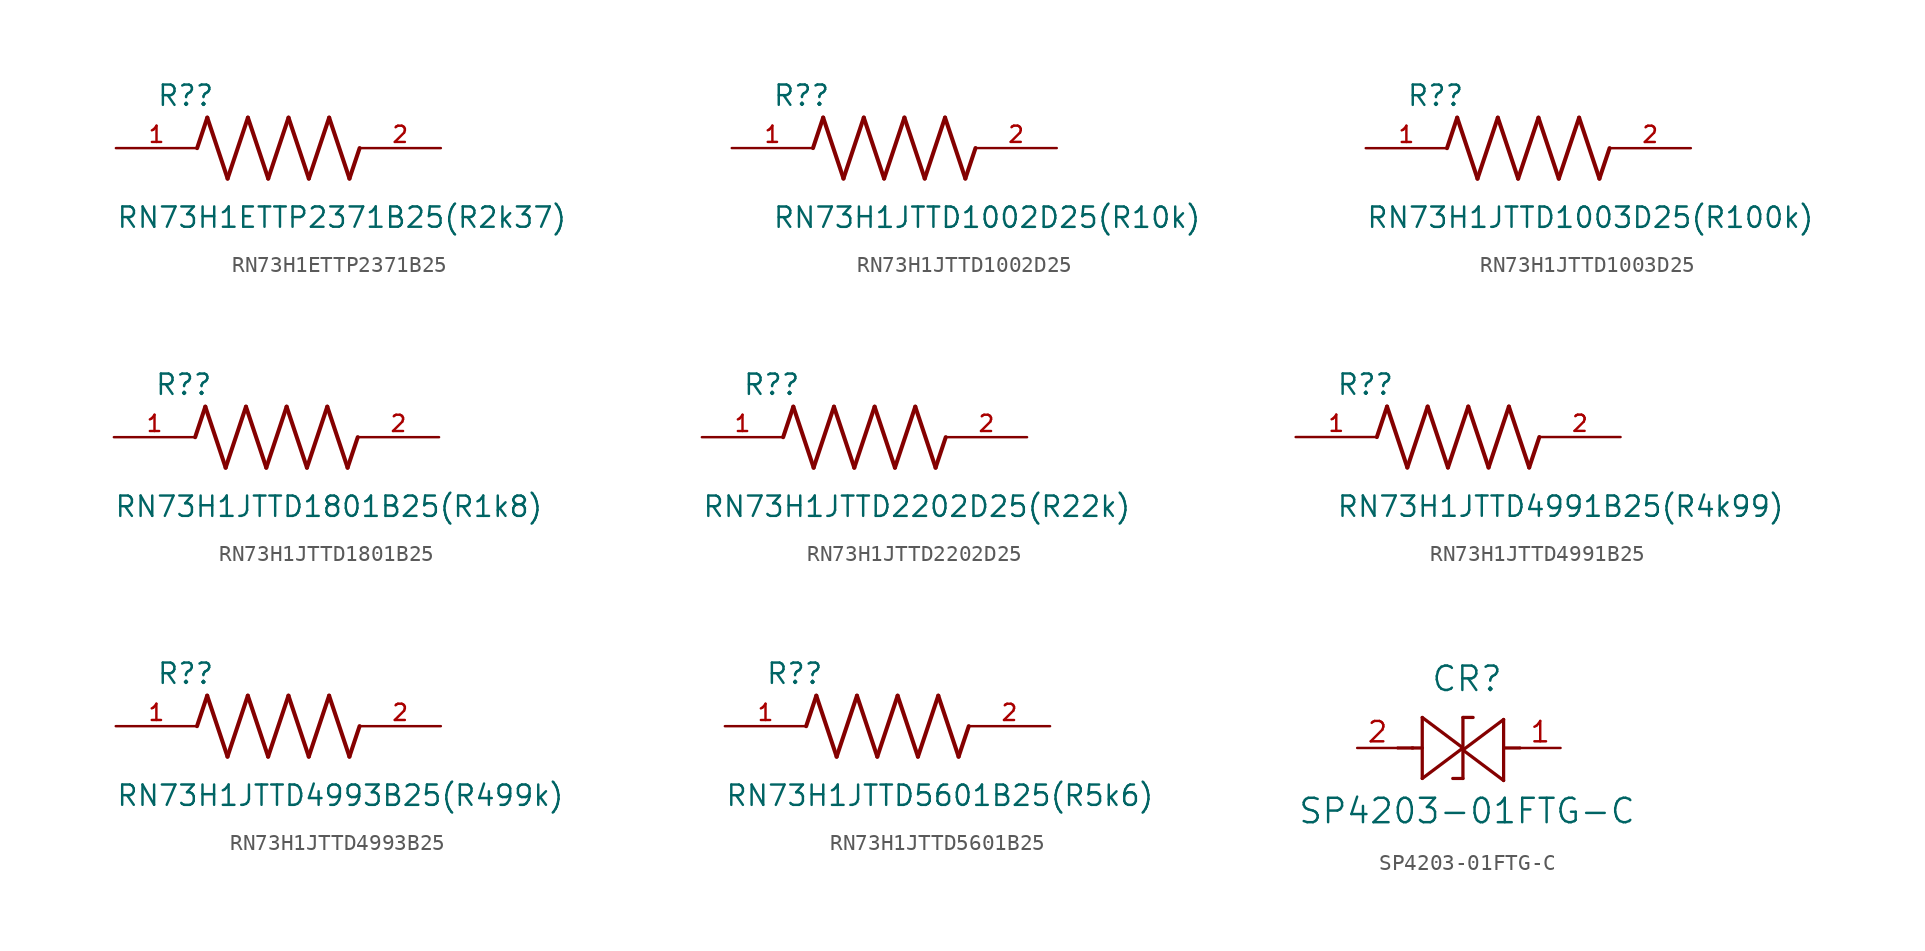
<source format=kicad_sym>
(kicad_symbol_lib
  (version 20220914)
  (generator kicad_symbol_editor)
  (symbol "RN73H1ETTP2371B25"
    (pin_names
      (offset 1.016))
    (property "Reference" "R?"
      (at -7.624 2.542 0)
      (effects (font (size 1.27 1.27)) (justify left bottom)))
    (property "Value" "RN73H1ETTP2371B25(R2k37)"
      (at -10.16 -5.08 0)
      (effects (font (size 1.27 1.27)) (justify left bottom)))
    (symbol "RN73H1ETTP2371B25_0_0"
      (polyline (pts (xy -5.08 0) (xy -4.445 1.905)) (stroke (width 0.254) (type default)) (fill (type none)))
      (polyline (pts (xy -4.445 1.905) (xy -3.175 -1.905)) (stroke (width 0.254) (type default)) (fill (type none)))
      (polyline (pts (xy -3.175 -1.905) (xy -1.905 1.905)) (stroke (width 0.254) (type default)) (fill (type none)))
      (polyline (pts (xy -1.905 1.905) (xy -0.635 -1.905)) (stroke (width 0.254) (type default)) (fill (type none)))
      (polyline (pts (xy -0.635 -1.905) (xy 0.635 1.905)) (stroke (width 0.254) (type default)) (fill (type none)))
      (polyline (pts (xy 0.635 1.905) (xy 1.905 -1.905)) (stroke (width 0.254) (type default)) (fill (type none)))
      (polyline (pts (xy 1.905 -1.905) (xy 3.175 1.905)) (stroke (width 0.254) (type default)) (fill (type none)))
      (polyline (pts (xy 3.175 1.905) (xy 4.445 -1.905)) (stroke (width 0.254) (type default)) (fill (type none)))
      (polyline (pts (xy 4.445 -1.905) (xy 5.08 0)) (stroke (width 0.254) (type default)) (fill (type none)))
      (pin passive line (at -10.16 0 0) (length 5.08) (name "~" (effects (font (size 1.016 1.016)))) (number "1" (effects (font (size 1.016 1.016)))))
      (pin passive line (at 10.16 0 180) (length 5.08) (name "~" (effects (font (size 1.016 1.016)))) (number "2" (effects (font (size 1.016 1.016)))))))
  (symbol "RN73H1JTTD1002D25"
    (pin_names
      (offset 1.016))
    (property "Reference" "R?"
      (at -7.624 2.542 0)
      (effects (font (size 1.27 1.27)) (justify left bottom)))
    (property "Value" "RN73H1JTTD1002D25(R10k)"
      (at -7.63 -5.087 0)
      (effects (font (size 1.27 1.27)) (justify left bottom)))
    (symbol "RN73H1JTTD1002D25_0_0"
      (polyline (pts (xy -5.08 0) (xy -4.445 1.905)) (stroke (width 0.254) (type default)) (fill (type none)))
      (polyline (pts (xy -4.445 1.905) (xy -3.175 -1.905)) (stroke (width 0.254) (type default)) (fill (type none)))
      (polyline (pts (xy -3.175 -1.905) (xy -1.905 1.905)) (stroke (width 0.254) (type default)) (fill (type none)))
      (polyline (pts (xy -1.905 1.905) (xy -0.635 -1.905)) (stroke (width 0.254) (type default)) (fill (type none)))
      (polyline (pts (xy -0.635 -1.905) (xy 0.635 1.905)) (stroke (width 0.254) (type default)) (fill (type none)))
      (polyline (pts (xy 0.635 1.905) (xy 1.905 -1.905)) (stroke (width 0.254) (type default)) (fill (type none)))
      (polyline (pts (xy 1.905 -1.905) (xy 3.175 1.905)) (stroke (width 0.254) (type default)) (fill (type none)))
      (polyline (pts (xy 3.175 1.905) (xy 4.445 -1.905)) (stroke (width 0.254) (type default)) (fill (type none)))
      (polyline (pts (xy 4.445 -1.905) (xy 5.08 0)) (stroke (width 0.254) (type default)) (fill (type none)))
      (pin passive line (at -10.16 0 0) (length 5.08) (name "~" (effects (font (size 1.016 1.016)))) (number "1" (effects (font (size 1.016 1.016)))))
      (pin passive line (at 10.16 0 180) (length 5.08) (name "~" (effects (font (size 1.016 1.016)))) (number "2" (effects (font (size 1.016 1.016)))))))
  (symbol "RN73H1JTTD1003D25"
    (pin_names
      (offset 1.016))
    (property "Reference" "R?"
      (at -7.624 2.542 0)
      (effects (font (size 1.27 1.27)) (justify left bottom)))
    (property "Value" "RN73H1JTTD1003D25(R100k)"
      (at -10.16 -5.08 0)
      (effects (font (size 1.27 1.27)) (justify left bottom)))
    (symbol "RN73H1JTTD1003D25_0_0"
      (polyline (pts (xy -5.08 0) (xy -4.445 1.905)) (stroke (width 0.254) (type default)) (fill (type none)))
      (polyline (pts (xy -4.445 1.905) (xy -3.175 -1.905)) (stroke (width 0.254) (type default)) (fill (type none)))
      (polyline (pts (xy -3.175 -1.905) (xy -1.905 1.905)) (stroke (width 0.254) (type default)) (fill (type none)))
      (polyline (pts (xy -1.905 1.905) (xy -0.635 -1.905)) (stroke (width 0.254) (type default)) (fill (type none)))
      (polyline (pts (xy -0.635 -1.905) (xy 0.635 1.905)) (stroke (width 0.254) (type default)) (fill (type none)))
      (polyline (pts (xy 0.635 1.905) (xy 1.905 -1.905)) (stroke (width 0.254) (type default)) (fill (type none)))
      (polyline (pts (xy 1.905 -1.905) (xy 3.175 1.905)) (stroke (width 0.254) (type default)) (fill (type none)))
      (polyline (pts (xy 3.175 1.905) (xy 4.445 -1.905)) (stroke (width 0.254) (type default)) (fill (type none)))
      (polyline (pts (xy 4.445 -1.905) (xy 5.08 0)) (stroke (width 0.254) (type default)) (fill (type none)))
      (pin passive line (at -10.16 0 0) (length 5.08) (name "~" (effects (font (size 1.016 1.016)))) (number "1" (effects (font (size 1.016 1.016)))))
      (pin passive line (at 10.16 0 180) (length 5.08) (name "~" (effects (font (size 1.016 1.016)))) (number "2" (effects (font (size 1.016 1.016)))))))
  (symbol "RN73H1JTTD1801B25"
    (pin_names
      (offset 1.016))
    (property "Reference" "R?"
      (at -7.624 2.542 0)
      (effects (font (size 1.27 1.27)) (justify left bottom)))
    (property "Value" "RN73H1JTTD1801B25(R1k8)"
      (at -10.16 -5.08 0)
      (effects (font (size 1.27 1.27)) (justify left bottom)))
    (symbol "RN73H1JTTD1801B25_0_0"
      (polyline (pts (xy -5.08 0) (xy -4.445 1.905)) (stroke (width 0.254) (type default)) (fill (type none)))
      (polyline (pts (xy -4.445 1.905) (xy -3.175 -1.905)) (stroke (width 0.254) (type default)) (fill (type none)))
      (polyline (pts (xy -3.175 -1.905) (xy -1.905 1.905)) (stroke (width 0.254) (type default)) (fill (type none)))
      (polyline (pts (xy -1.905 1.905) (xy -0.635 -1.905)) (stroke (width 0.254) (type default)) (fill (type none)))
      (polyline (pts (xy -0.635 -1.905) (xy 0.635 1.905)) (stroke (width 0.254) (type default)) (fill (type none)))
      (polyline (pts (xy 0.635 1.905) (xy 1.905 -1.905)) (stroke (width 0.254) (type default)) (fill (type none)))
      (polyline (pts (xy 1.905 -1.905) (xy 3.175 1.905)) (stroke (width 0.254) (type default)) (fill (type none)))
      (polyline (pts (xy 3.175 1.905) (xy 4.445 -1.905)) (stroke (width 0.254) (type default)) (fill (type none)))
      (polyline (pts (xy 4.445 -1.905) (xy 5.08 0)) (stroke (width 0.254) (type default)) (fill (type none)))
      (pin passive line (at -10.16 0 0) (length 5.08) (name "~" (effects (font (size 1.016 1.016)))) (number "1" (effects (font (size 1.016 1.016)))))
      (pin passive line (at 10.16 0 180) (length 5.08) (name "~" (effects (font (size 1.016 1.016)))) (number "2" (effects (font (size 1.016 1.016)))))))
  (symbol "RN73H1JTTD2202D25"
    (pin_names
      (offset 1.016))
    (property "Reference" "R?"
      (at -7.624 2.542 0)
      (effects (font (size 1.27 1.27)) (justify left bottom)))
    (property "Value" "RN73H1JTTD2202D25(R22k)"
      (at -10.16 -5.08 0)
      (effects (font (size 1.27 1.27)) (justify left bottom)))
    (symbol "RN73H1JTTD2202D25_0_0"
      (polyline (pts (xy -5.08 0) (xy -4.445 1.905)) (stroke (width 0.254) (type default)) (fill (type none)))
      (polyline (pts (xy -4.445 1.905) (xy -3.175 -1.905)) (stroke (width 0.254) (type default)) (fill (type none)))
      (polyline (pts (xy -3.175 -1.905) (xy -1.905 1.905)) (stroke (width 0.254) (type default)) (fill (type none)))
      (polyline (pts (xy -1.905 1.905) (xy -0.635 -1.905)) (stroke (width 0.254) (type default)) (fill (type none)))
      (polyline (pts (xy -0.635 -1.905) (xy 0.635 1.905)) (stroke (width 0.254) (type default)) (fill (type none)))
      (polyline (pts (xy 0.635 1.905) (xy 1.905 -1.905)) (stroke (width 0.254) (type default)) (fill (type none)))
      (polyline (pts (xy 1.905 -1.905) (xy 3.175 1.905)) (stroke (width 0.254) (type default)) (fill (type none)))
      (polyline (pts (xy 3.175 1.905) (xy 4.445 -1.905)) (stroke (width 0.254) (type default)) (fill (type none)))
      (polyline (pts (xy 4.445 -1.905) (xy 5.08 0)) (stroke (width 0.254) (type default)) (fill (type none)))
      (pin passive line (at -10.16 0 0) (length 5.08) (name "~" (effects (font (size 1.016 1.016)))) (number "1" (effects (font (size 1.016 1.016)))))
      (pin passive line (at 10.16 0 180) (length 5.08) (name "~" (effects (font (size 1.016 1.016)))) (number "2" (effects (font (size 1.016 1.016)))))))
  (symbol "RN73H1JTTD4991B25"
    (pin_names
      (offset 1.016))
    (property "Reference" "R?"
      (at -7.624 2.542 0)
      (effects (font (size 1.27 1.27)) (justify left bottom)))
    (property "Value" "RN73H1JTTD4991B25(R4k99)"
      (at -7.63 -5.087 0)
      (effects (font (size 1.27 1.27)) (justify left bottom)))
    (symbol "RN73H1JTTD4991B25_0_0"
      (polyline (pts (xy -5.08 0) (xy -4.445 1.905)) (stroke (width 0.254) (type default)) (fill (type none)))
      (polyline (pts (xy -4.445 1.905) (xy -3.175 -1.905)) (stroke (width 0.254) (type default)) (fill (type none)))
      (polyline (pts (xy -3.175 -1.905) (xy -1.905 1.905)) (stroke (width 0.254) (type default)) (fill (type none)))
      (polyline (pts (xy -1.905 1.905) (xy -0.635 -1.905)) (stroke (width 0.254) (type default)) (fill (type none)))
      (polyline (pts (xy -0.635 -1.905) (xy 0.635 1.905)) (stroke (width 0.254) (type default)) (fill (type none)))
      (polyline (pts (xy 0.635 1.905) (xy 1.905 -1.905)) (stroke (width 0.254) (type default)) (fill (type none)))
      (polyline (pts (xy 1.905 -1.905) (xy 3.175 1.905)) (stroke (width 0.254) (type default)) (fill (type none)))
      (polyline (pts (xy 3.175 1.905) (xy 4.445 -1.905)) (stroke (width 0.254) (type default)) (fill (type none)))
      (polyline (pts (xy 4.445 -1.905) (xy 5.08 0)) (stroke (width 0.254) (type default)) (fill (type none)))
      (pin passive line (at -10.16 0 0) (length 5.08) (name "~" (effects (font (size 1.016 1.016)))) (number "1" (effects (font (size 1.016 1.016)))))
      (pin passive line (at 10.16 0 180) (length 5.08) (name "~" (effects (font (size 1.016 1.016)))) (number "2" (effects (font (size 1.016 1.016)))))))
  (symbol "RN73H1JTTD4993B25"
    (pin_names
      (offset 1.016))
    (property "Reference" "R?"
      (at -7.624 2.542 0)
      (effects (font (size 1.27 1.27)) (justify left bottom)))
    (property "Value" "RN73H1JTTD4993B25(R499k)"
      (at -10.16 -5.08 0)
      (effects (font (size 1.27 1.27)) (justify left bottom)))
    (symbol "RN73H1JTTD4993B25_0_0"
      (polyline (pts (xy -5.08 0) (xy -4.445 1.905)) (stroke (width 0.254) (type default)) (fill (type none)))
      (polyline (pts (xy -4.445 1.905) (xy -3.175 -1.905)) (stroke (width 0.254) (type default)) (fill (type none)))
      (polyline (pts (xy -3.175 -1.905) (xy -1.905 1.905)) (stroke (width 0.254) (type default)) (fill (type none)))
      (polyline (pts (xy -1.905 1.905) (xy -0.635 -1.905)) (stroke (width 0.254) (type default)) (fill (type none)))
      (polyline (pts (xy -0.635 -1.905) (xy 0.635 1.905)) (stroke (width 0.254) (type default)) (fill (type none)))
      (polyline (pts (xy 0.635 1.905) (xy 1.905 -1.905)) (stroke (width 0.254) (type default)) (fill (type none)))
      (polyline (pts (xy 1.905 -1.905) (xy 3.175 1.905)) (stroke (width 0.254) (type default)) (fill (type none)))
      (polyline (pts (xy 3.175 1.905) (xy 4.445 -1.905)) (stroke (width 0.254) (type default)) (fill (type none)))
      (polyline (pts (xy 4.445 -1.905) (xy 5.08 0)) (stroke (width 0.254) (type default)) (fill (type none)))
      (pin passive line (at -10.16 0 0) (length 5.08) (name "~" (effects (font (size 1.016 1.016)))) (number "1" (effects (font (size 1.016 1.016)))))
      (pin passive line (at 10.16 0 180) (length 5.08) (name "~" (effects (font (size 1.016 1.016)))) (number "2" (effects (font (size 1.016 1.016)))))))
  (symbol "RN73H1JTTD5601B25"
    (pin_names
      (offset 1.016))
    (property "Reference" "R?"
      (at -7.624 2.542 0)
      (effects (font (size 1.27 1.27)) (justify left bottom)))
    (property "Value" "RN73H1JTTD5601B25(R5k6)"
      (at -10.16 -5.08 0)
      (effects (font (size 1.27 1.27)) (justify left bottom)))
    (symbol "RN73H1JTTD5601B25_0_0"
      (polyline (pts (xy -5.08 0) (xy -4.445 1.905)) (stroke (width 0.254) (type default)) (fill (type none)))
      (polyline (pts (xy -4.445 1.905) (xy -3.175 -1.905)) (stroke (width 0.254) (type default)) (fill (type none)))
      (polyline (pts (xy -3.175 -1.905) (xy -1.905 1.905)) (stroke (width 0.254) (type default)) (fill (type none)))
      (polyline (pts (xy -1.905 1.905) (xy -0.635 -1.905)) (stroke (width 0.254) (type default)) (fill (type none)))
      (polyline (pts (xy -0.635 -1.905) (xy 0.635 1.905)) (stroke (width 0.254) (type default)) (fill (type none)))
      (polyline (pts (xy 0.635 1.905) (xy 1.905 -1.905)) (stroke (width 0.254) (type default)) (fill (type none)))
      (polyline (pts (xy 1.905 -1.905) (xy 3.175 1.905)) (stroke (width 0.254) (type default)) (fill (type none)))
      (polyline (pts (xy 3.175 1.905) (xy 4.445 -1.905)) (stroke (width 0.254) (type default)) (fill (type none)))
      (polyline (pts (xy 4.445 -1.905) (xy 5.08 0)) (stroke (width 0.254) (type default)) (fill (type none)))
      (pin passive line (at -10.16 0 0) (length 5.08) (name "~" (effects (font (size 1.016 1.016)))) (number "1" (effects (font (size 1.016 1.016)))))
      (pin passive line (at 10.16 0 180) (length 5.08) (name "~" (effects (font (size 1.016 1.016)))) (number "2" (effects (font (size 1.016 1.016)))))))
  (symbol "SP4203-01FTG-C"
    (pin_names
      (offset 0.254))
    (property "Reference" "CR"
      (at 6.858 4.318 0)
      (effects (font (size 1.524 1.524))))
    (property "Value" "SP4203-01FTG-C"
      (at 6.858 -3.937 0)
      (effects (font (size 1.524 1.524))))
    (property "ki_locked" ""
      (at 0 0 0)
      (effects (font (size 1.27 1.27))))
    (symbol "SP4203-01FTG-C_0_1"
      (polyline (pts (xy 2.54 0) (xy 3.48 0)) (stroke (width 0.203) (type default)) (fill (type none)))
      (polyline (pts (xy 3.429 0) (xy 4.064 0)) (stroke (width 0.203) (type default)) (fill (type none)))
      (polyline (pts (xy 4.064 -1.905) (xy 6.604 0)) (stroke (width 0.203) (type default)) (fill (type none)))
      (polyline (pts (xy 4.064 1.905) (xy 4.064 -1.905)) (stroke (width 0.203) (type default)) (fill (type none)))
      (polyline (pts (xy 6.604 -1.905) (xy 5.969 -1.905)) (stroke (width 0.203) (type default)) (fill (type none)))
      (polyline (pts (xy 6.604 -1.905) (xy 6.604 1.905)) (stroke (width 0.203) (type default)) (fill (type none)))
      (polyline (pts (xy 6.604 -0.127) (xy 9.144 -2.032)) (stroke (width 0.203) (type default)) (fill (type none)))
      (polyline (pts (xy 6.604 0) (xy 4.064 1.905)) (stroke (width 0.203) (type default)) (fill (type none)))
      (polyline (pts (xy 6.604 1.905) (xy 7.239 1.905)) (stroke (width 0.203) (type default)) (fill (type none)))
      (polyline (pts (xy 9.144 -2.032) (xy 9.144 1.778)) (stroke (width 0.203) (type default)) (fill (type none)))
      (polyline (pts (xy 9.144 1.778) (xy 6.604 -0.127)) (stroke (width 0.203) (type default)) (fill (type none)))
      (polyline (pts (xy 10.16 0) (xy 9.144 0)) (stroke (width 0.203) (type default)) (fill (type none))))
    (symbol "SP4203-01FTG-C_1_1"
      (pin passive line (at 12.7 0 180) (length 2.54) (name "" (effects (font (size 1.27 1.27)))) (number "1" (effects (font (size 1.27 1.27)))))
      (pin passive line (at 0 0 0) (length 2.54) (name "" (effects (font (size 1.27 1.27)))) (number "2" (effects (font (size 1.27 1.27))))))))
</source>
